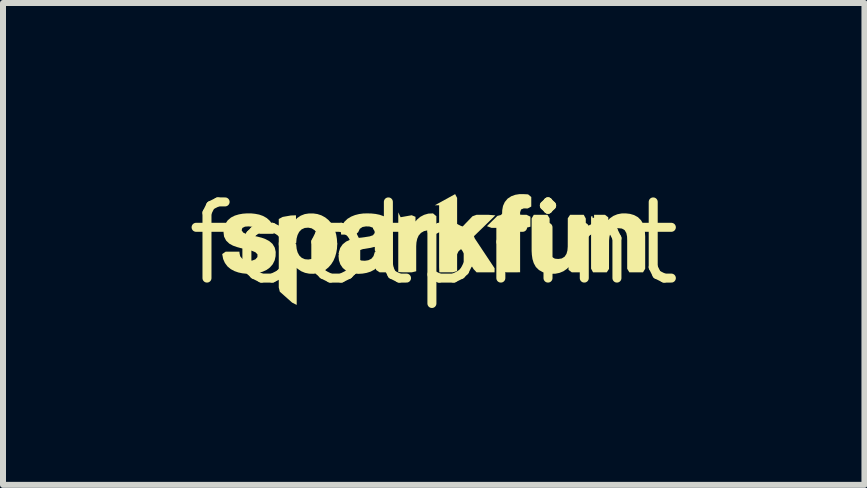
<source format=kicad_pcb>
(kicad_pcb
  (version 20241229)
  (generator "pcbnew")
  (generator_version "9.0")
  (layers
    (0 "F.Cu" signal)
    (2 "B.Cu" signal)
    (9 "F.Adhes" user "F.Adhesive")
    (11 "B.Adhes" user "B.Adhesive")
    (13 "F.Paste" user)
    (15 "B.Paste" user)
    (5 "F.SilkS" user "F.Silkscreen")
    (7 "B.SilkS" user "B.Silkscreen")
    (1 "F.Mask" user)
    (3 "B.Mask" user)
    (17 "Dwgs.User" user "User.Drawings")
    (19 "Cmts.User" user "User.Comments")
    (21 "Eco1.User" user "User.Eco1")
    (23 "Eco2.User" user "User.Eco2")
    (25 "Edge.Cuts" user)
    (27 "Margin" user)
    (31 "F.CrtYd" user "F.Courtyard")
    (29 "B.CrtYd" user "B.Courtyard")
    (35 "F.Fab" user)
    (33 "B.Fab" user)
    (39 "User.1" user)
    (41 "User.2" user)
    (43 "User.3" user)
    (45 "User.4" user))
  (footprint "footprint"
    (layer "F.Cu")
    (at 4.18 1.006)
    (property "Reference" "footprint" (at 0 0 0) (layer "F.SilkS") (effects (font (size 1.27 1.27) (thickness 0.15))))
    (fp_poly (pts (xy -0.552 -0.435) (xy -0.367 -0.468) (xy -0.304 -0.442) (xy -0.304 -0.364) (xy -0.278 -0.396) (xy -0.223 -0.442) (xy -0.16 -0.475) (xy -0.091 -0.495) (xy -0.012 -0.499) (xy 0.044 -0.452) (xy 0.044 -0.216) (xy -0.103 -0.216) (xy -0.162 -0.203) (xy -0.212 -0.174) (xy -0.251 -0.13) (xy -0.275 -0.076) (xy -0.288 -0.015) (xy -0.292 0.048) (xy -0.292 0.466) (xy -0.367 0.484) (xy -0.504 0.484) (xy -0.591 0.48) (xy -0.591 -0.516)) (stroke (width 0) (type solid)) (fill yes) (layer "F.SilkS"))
    (fp_poly (pts (xy 0.39 -0.757) (xy 0.39 -0.185) (xy 0.646 -0.451) (xy 0.713 -0.475) (xy 0.916 -0.475) (xy 1.028 -0.466) (xy 0.67 -0.118) (xy 0.684 -0.082) (xy 1.015 0.416) (xy 1.014 0.484) (xy 0.715 0.484) (xy 0.665 0.431) (xy 0.463 0.103) (xy 0.446 0.103) (xy 0.41 0.138) (xy 0.39 0.184) (xy 0.39 0.461) (xy 0.319 0.484) (xy 0.093 0.484) (xy 0.09 0.396) (xy 0.09 -0.634) (xy 0.018 -0.634) (xy 0.357 -0.82)) (stroke (width 0) (type solid)) (fill yes) (layer "F.SilkS"))
    (fp_poly (pts (xy -1.283 0.15) (xy -1.284 0.226) (xy -1.257 0.267) (xy -1.208 0.287) (xy -1.148 0.291) (xy -1.09 0.282) (xy -1.039 0.257) (xy -1.004 0.214) (xy -0.981 0.142) (xy -0.909 0.126) (xy -0.683 0.126) (xy -0.682 0.283) (xy -0.679 0.347) (xy -0.668 0.413) (xy -0.671 0.484) (xy -0.901 0.484) (xy -0.959 0.445) (xy -0.966 0.42) (xy -0.989 0.439) (xy -1.052 0.472) (xy -1.119 0.493) (xy -1.187 0.505) (xy -1.256 0.509) (xy -1.326 0.503) (xy -1.395 0.487) (xy -1.46 0.457) (xy -1.516 0.411) (xy -1.557 0.351) (xy -1.58 0.282) (xy -1.587 0.21) (xy -1.571 0.126) (xy -1.347 0.126)) (stroke (width 0) (type solid)) (fill yes) (layer "F.SilkS"))
    (fp_poly (pts (xy 1.573 -0.816) (xy 1.626 -0.772) (xy 1.626 -0.613) (xy 1.567 -0.581) (xy 1.5 -0.582) (xy 1.456 -0.564) (xy 1.44 -0.517) (xy 1.44 -0.478) (xy 1.477 -0.475) (xy 1.548 -0.475) (xy 1.612 -0.444) (xy 1.612 -0.277) (xy 1.537 -0.258) (xy 1.471 -0.258) (xy 1.44 -0.25) (xy 1.44 0.483) (xy 1.214 0.484) (xy 1.14 0.464) (xy 1.14 -0.258) (xy 0.962 -0.258) (xy 0.887 -0.286) (xy 1.061 -0.457) (xy 1.121 -0.472) (xy 1.14 -0.494) (xy 1.142 -0.553) (xy 1.155 -0.623) (xy 1.185 -0.689) (xy 1.232 -0.745) (xy 1.293 -0.785) (xy 1.36 -0.809) (xy 1.429 -0.82) (xy 1.498 -0.82)) (stroke (width 0) (type solid)) (fill yes) (layer "F.SilkS"))
    (fp_poly (pts (xy -2.293 0.015) (xy -2.285 0.092) (xy -2.269 0.151) (xy -2.241 0.203) (xy -2.2 0.242) (xy -2.148 0.265) (xy -2.09 0.27) (xy -2.033 0.26) (xy -1.984 0.232) (xy -1.948 0.187) (xy -1.925 0.132) (xy -1.912 0.072) (xy -1.907 -0.015) (xy -1.683 -0.015) (xy -1.608 0.004) (xy -1.613 0.092) (xy -1.625 0.159) (xy -1.644 0.225) (xy -1.671 0.289) (xy -1.708 0.348) (xy -1.754 0.401) (xy -1.808 0.445) (xy -1.87 0.478) (xy -1.937 0.499) (xy -2.006 0.508) (xy -2.076 0.506) (xy -2.145 0.492) (xy -2.21 0.465) (xy -2.269 0.425) (xy -2.284 0.409) (xy -2.284 1.027) (xy -2.361 0.988) (xy -2.566 0.806) (xy -2.583 0.736) (xy -2.583 -0.015) (xy -2.355 -0.015)) (stroke (width 0) (type solid)) (fill yes) (layer "F.SilkS"))
    (fp_poly (pts (xy -2.009 -0.498) (xy -1.939 -0.488) (xy -1.872 -0.466) (xy -1.809 -0.432) (xy -1.753 -0.387) (xy -1.707 -0.333) (xy -1.671 -0.273) (xy -1.644 -0.209) (xy -1.625 -0.142) (xy -1.614 -0.073) (xy -1.608 0.015) (xy -1.684 0.035) (xy -1.821 0.035) (xy -1.907 0.03) (xy -1.913 -0.056) (xy -1.926 -0.118) (xy -1.949 -0.173) (xy -1.986 -0.219) (xy -2.035 -0.25) (xy -2.092 -0.261) (xy -2.15 -0.256) (xy -2.203 -0.232) (xy -2.243 -0.191) (xy -2.27 -0.138) (xy -2.286 -0.078) (xy -2.293 -0.001) (xy -2.351 0.035) (xy -2.583 0.035) (xy -2.583 -0.405) (xy -2.518 -0.44) (xy -2.381 -0.464) (xy -2.296 -0.467) (xy -2.296 -0.399) (xy -2.277 -0.421) (xy -2.217 -0.461) (xy -2.15 -0.487) (xy -2.079 -0.498)) (stroke (width 0) (type solid)) (fill yes) (layer "F.SilkS"))
    (fp_poly (pts (xy 1.932 -0.415) (xy 1.932 0.057) (xy 1.935 0.121) (xy 1.946 0.18) (xy 1.974 0.229) (xy 2.02 0.256) (xy 2.077 0.261) (xy 2.135 0.252) (xy 2.182 0.223) (xy 2.213 0.176) (xy 2.229 0.118) (xy 2.234 0.055) (xy 2.235 -0.418) (xy 2.273 -0.475) (xy 2.501 -0.475) (xy 2.535 -0.413) (xy 2.535 0.453) (xy 2.549 0.484) (xy 2.302 0.484) (xy 2.247 0.442) (xy 2.247 0.397) (xy 2.221 0.425) (xy 2.162 0.466) (xy 2.096 0.493) (xy 2.026 0.507) (xy 1.956 0.508) (xy 1.886 0.5) (xy 1.818 0.481) (xy 1.754 0.445) (xy 1.702 0.394) (xy 1.667 0.33) (xy 1.646 0.262) (xy 1.636 0.193) (xy 1.632 0.125) (xy 1.632 -0.415) (xy 1.668 -0.475) (xy 1.896 -0.475)) (stroke (width 0) (type solid)) (fill yes) (layer "F.SilkS"))
    (fp_poly (pts (xy 3.271 -0.491) (xy 3.34 -0.471) (xy 3.404 -0.436) (xy 3.456 -0.384) (xy 3.491 -0.321) (xy 3.511 -0.253) (xy 3.521 -0.184) (xy 3.525 -0.116) (xy 3.525 0.424) (xy 3.489 0.484) (xy 3.261 0.484) (xy 3.225 0.424) (xy 3.225 -0.048) (xy 3.223 -0.112) (xy 3.211 -0.171) (xy 3.183 -0.219) (xy 3.137 -0.246) (xy 3.08 -0.252) (xy 3.022 -0.243) (xy 2.975 -0.214) (xy 2.944 -0.167) (xy 2.929 -0.109) (xy 2.923 -0.046) (xy 2.922 0.427) (xy 2.884 0.484) (xy 2.656 0.484) (xy 2.623 0.422) (xy 2.623 -0.45) (xy 2.648 -0.45) (xy 2.648 -0.425) (xy 2.673 -0.425) (xy 2.673 -0.475) (xy 2.856 -0.475) (xy 2.91 -0.433) (xy 2.91 -0.388) (xy 2.936 -0.416) (xy 2.995 -0.457) (xy 3.061 -0.484) (xy 3.131 -0.498) (xy 3.202 -0.499)) (stroke (width 0) (type solid)) (fill yes) (layer "F.SilkS"))
    (fp_poly (pts (xy -1.039 -0.497) (xy -0.97 -0.49) (xy -0.902 -0.476) (xy -0.836 -0.453) (xy -0.773 -0.415) (xy -0.723 -0.361) (xy -0.692 -0.294) (xy -0.683 -0.223) (xy -0.683 0.12) (xy -0.722 0.176) (xy -0.95 0.176) (xy -0.982 0.116) (xy -0.982 0.062) (xy -0.99 0.06) (xy -1.049 0.075) (xy -1.18 0.096) (xy -1.236 0.115) (xy -1.285 0.161) (xy -1.352 0.176) (xy -1.588 0.176) (xy -1.56 0.078) (xy -1.518 0.017) (xy -1.461 -0.029) (xy -1.396 -0.059) (xy -1.328 -0.077) (xy -1.261 -0.089) (xy -1.129 -0.106) (xy -1.066 -0.116) (xy -1.012 -0.135) (xy -0.984 -0.173) (xy -0.988 -0.222) (xy -1.018 -0.262) (xy -1.07 -0.28) (xy -1.13 -0.282) (xy -1.187 -0.272) (xy -1.232 -0.242) (xy -1.26 -0.183) (xy -1.313 -0.145) (xy -1.543 -0.145) (xy -1.552 -0.226) (xy -1.529 -0.297) (xy -1.49 -0.358) (xy -1.438 -0.408) (xy -1.377 -0.445) (xy -1.312 -0.471) (xy -1.244 -0.488) (xy -1.176 -0.497) (xy -1.107 -0.499)) (stroke (width 0) (type solid)) (fill yes) (layer "F.SilkS"))
    (fp_poly (pts (xy -3.046 -0.499) (xy -2.978 -0.492) (xy -2.91 -0.479) (xy -2.845 -0.456) (xy -2.783 -0.421) (xy -2.73 -0.373) (xy -2.691 -0.312) (xy -2.666 -0.243) (xy -2.668 -0.159) (xy -2.901 -0.159) (xy -2.946 -0.204) (xy -2.979 -0.254) (xy -3.028 -0.276) (xy -3.088 -0.282) (xy -3.146 -0.278) (xy -3.19 -0.256) (xy -3.202 -0.217) (xy -3.176 -0.179) (xy -3.125 -0.156) (xy -3.064 -0.139) (xy -2.936 -0.111) (xy -2.87 -0.094) (xy -2.806 -0.071) (xy -2.743 -0.038) (xy -2.688 0.009) (xy -2.65 0.072) (xy -2.634 0.143) (xy -2.636 0.214) (xy -2.651 0.283) (xy -2.683 0.348) (xy -2.73 0.402) (xy -2.787 0.444) (xy -2.851 0.473) (xy -2.918 0.493) (xy -2.985 0.504) (xy -3.053 0.508) (xy -3.121 0.507) (xy -3.189 0.5) (xy -3.256 0.486) (xy -3.322 0.463) (xy -3.384 0.43) (xy -3.438 0.385) (xy -3.481 0.327) (xy -3.51 0.262) (xy -3.526 0.179) (xy -3.468 0.139) (xy -3.238 0.139) (xy -3.238 0.161) (xy -3.226 0.216) (xy -3.192 0.257) (xy -3.141 0.282) (xy -3.082 0.291) (xy -3.024 0.287) (xy -2.972 0.267) (xy -2.939 0.229) (xy -2.938 0.184) (xy -2.972 0.149) (xy -3.027 0.126) (xy -3.088 0.109) (xy -3.216 0.08) (xy -3.281 0.062) (xy -3.346 0.039) (xy -3.408 0.005) (xy -3.461 -0.046) (xy -3.495 -0.112) (xy -3.504 -0.184) (xy -3.497 -0.255) (xy -3.475 -0.323) (xy -3.434 -0.383) (xy -3.379 -0.43) (xy -3.316 -0.462) (xy -3.249 -0.482) (xy -3.182 -0.494) (xy -3.114 -0.499)) (stroke (width 0) (type solid)) (fill yes) (layer "F.SilkS")))
  (gr_rect
    (start -3 -3)
    (end 11.36 5.033)
    (stroke (width 0.1) (type default))
    (fill no)
    (layer "Edge.Cuts")))
</source>
